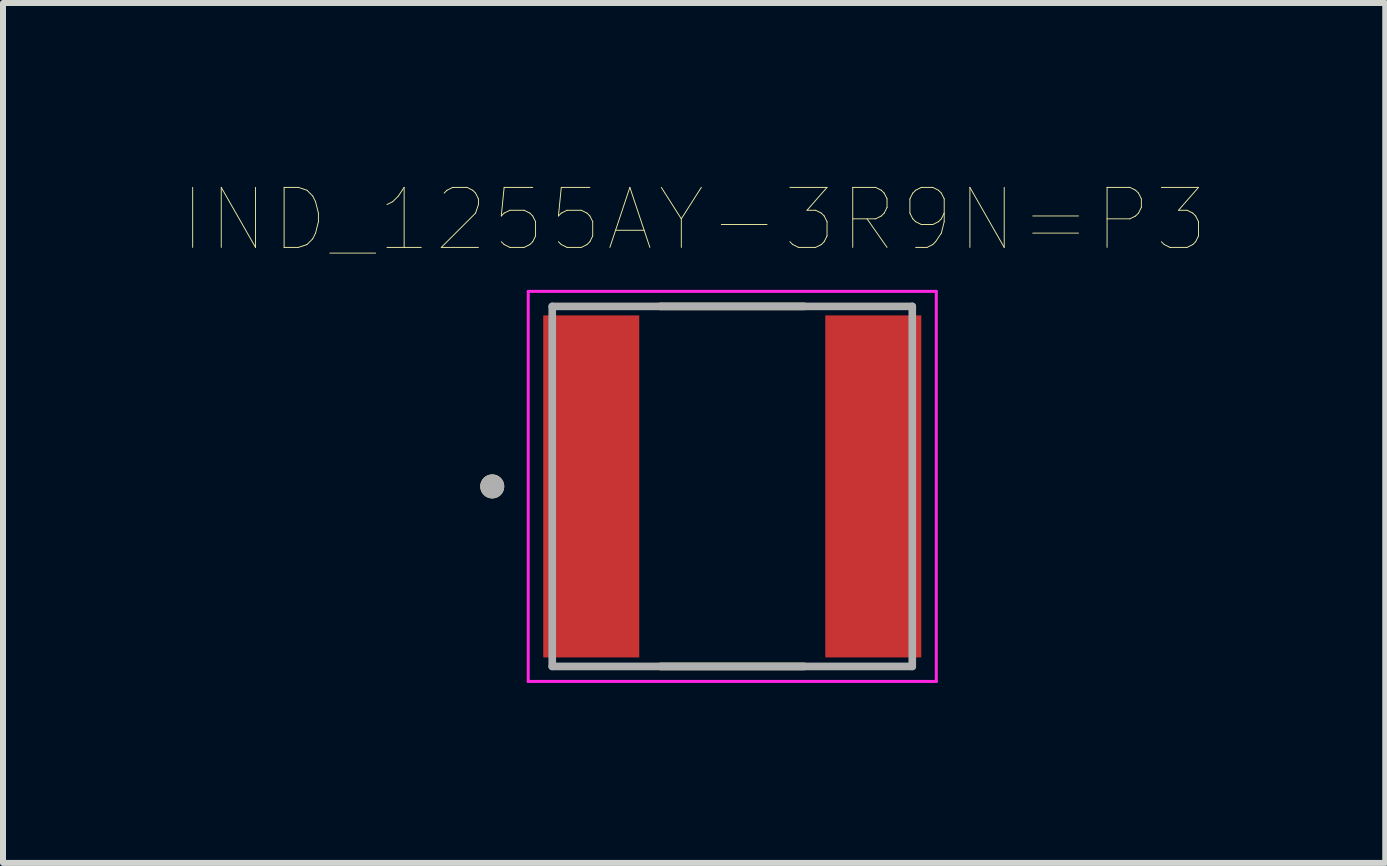
<source format=kicad_pcb>
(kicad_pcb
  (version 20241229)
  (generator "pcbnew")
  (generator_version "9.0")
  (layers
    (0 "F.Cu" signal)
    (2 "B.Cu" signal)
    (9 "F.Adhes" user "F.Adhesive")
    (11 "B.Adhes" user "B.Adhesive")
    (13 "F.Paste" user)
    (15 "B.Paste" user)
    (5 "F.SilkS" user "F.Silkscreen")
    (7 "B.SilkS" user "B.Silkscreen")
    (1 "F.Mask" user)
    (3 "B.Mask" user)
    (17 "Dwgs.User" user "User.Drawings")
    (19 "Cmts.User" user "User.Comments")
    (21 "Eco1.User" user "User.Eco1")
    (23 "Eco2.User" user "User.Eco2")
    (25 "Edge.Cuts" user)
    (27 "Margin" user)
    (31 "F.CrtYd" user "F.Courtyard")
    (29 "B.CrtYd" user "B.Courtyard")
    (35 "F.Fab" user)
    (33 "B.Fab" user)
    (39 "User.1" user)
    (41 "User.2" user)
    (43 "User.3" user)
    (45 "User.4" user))
  (footprint "IND_1255AY-3R9N=P3"
    (layer "F.Cu")
    (at 9.153 5.056)
    (property "Reference" "IND_1255AY-3R9N=P3" (at -0.635 -4.445 0) (layer "F.SilkS") (effects (font (size 1 1) (thickness 0.015))))
    (attr through_hole)
    (fp_line (start -1.2 -3) (end 1.2 -3) (stroke (width 0.127) (type solid)) (layer "F.SilkS"))
    (fp_line (start -1.2 3) (end 1.2 3) (stroke (width 0.127) (type solid)) (layer "F.SilkS"))
    (fp_circle (center -4 0) (end -3.9 0) (stroke (width 0.2) (type solid)) (fill no) (layer "F.SilkS"))
    (fp_line (start -3.4 -3.25) (end 3.4 -3.25) (stroke (width 0.05) (type solid)) (layer "F.CrtYd"))
    (fp_line (start -3.4 3.25) (end -3.4 -3.25) (stroke (width 0.05) (type solid)) (layer "F.CrtYd"))
    (fp_line (start 3.4 -3.25) (end 3.4 3.25) (stroke (width 0.05) (type solid)) (layer "F.CrtYd"))
    (fp_line (start 3.4 3.25) (end -3.4 3.25) (stroke (width 0.05) (type solid)) (layer "F.CrtYd"))
    (fp_line (start -3 -3) (end 3 -3) (stroke (width 0.127) (type solid)) (layer "F.Fab"))
    (fp_line (start -3 3) (end -3 -3) (stroke (width 0.127) (type solid)) (layer "F.Fab"))
    (fp_line (start 3 -3) (end 3 3) (stroke (width 0.127) (type solid)) (layer "F.Fab"))
    (fp_line (start 3 3) (end -3 3) (stroke (width 0.127) (type solid)) (layer "F.Fab"))
    (fp_circle (center -4 0) (end -3.9 0) (stroke (width 0.2) (type solid)) (fill no) (layer "F.Fab"))
    (pad "1" smd rect (at -2.35 0) (size 1.6 5.7) (layers "F.Cu" "F.Mask" "F.Paste"))
    (pad "2" smd rect (at 2.35 0) (size 1.6 5.7) (layers "F.Cu" "F.Mask" "F.Paste")))
  (gr_rect
    (start -3 -3)
    (end 20.035 11.331)
    (stroke (width 0.1) (type default))
    (fill no)
    (layer "Edge.Cuts")))
</source>
